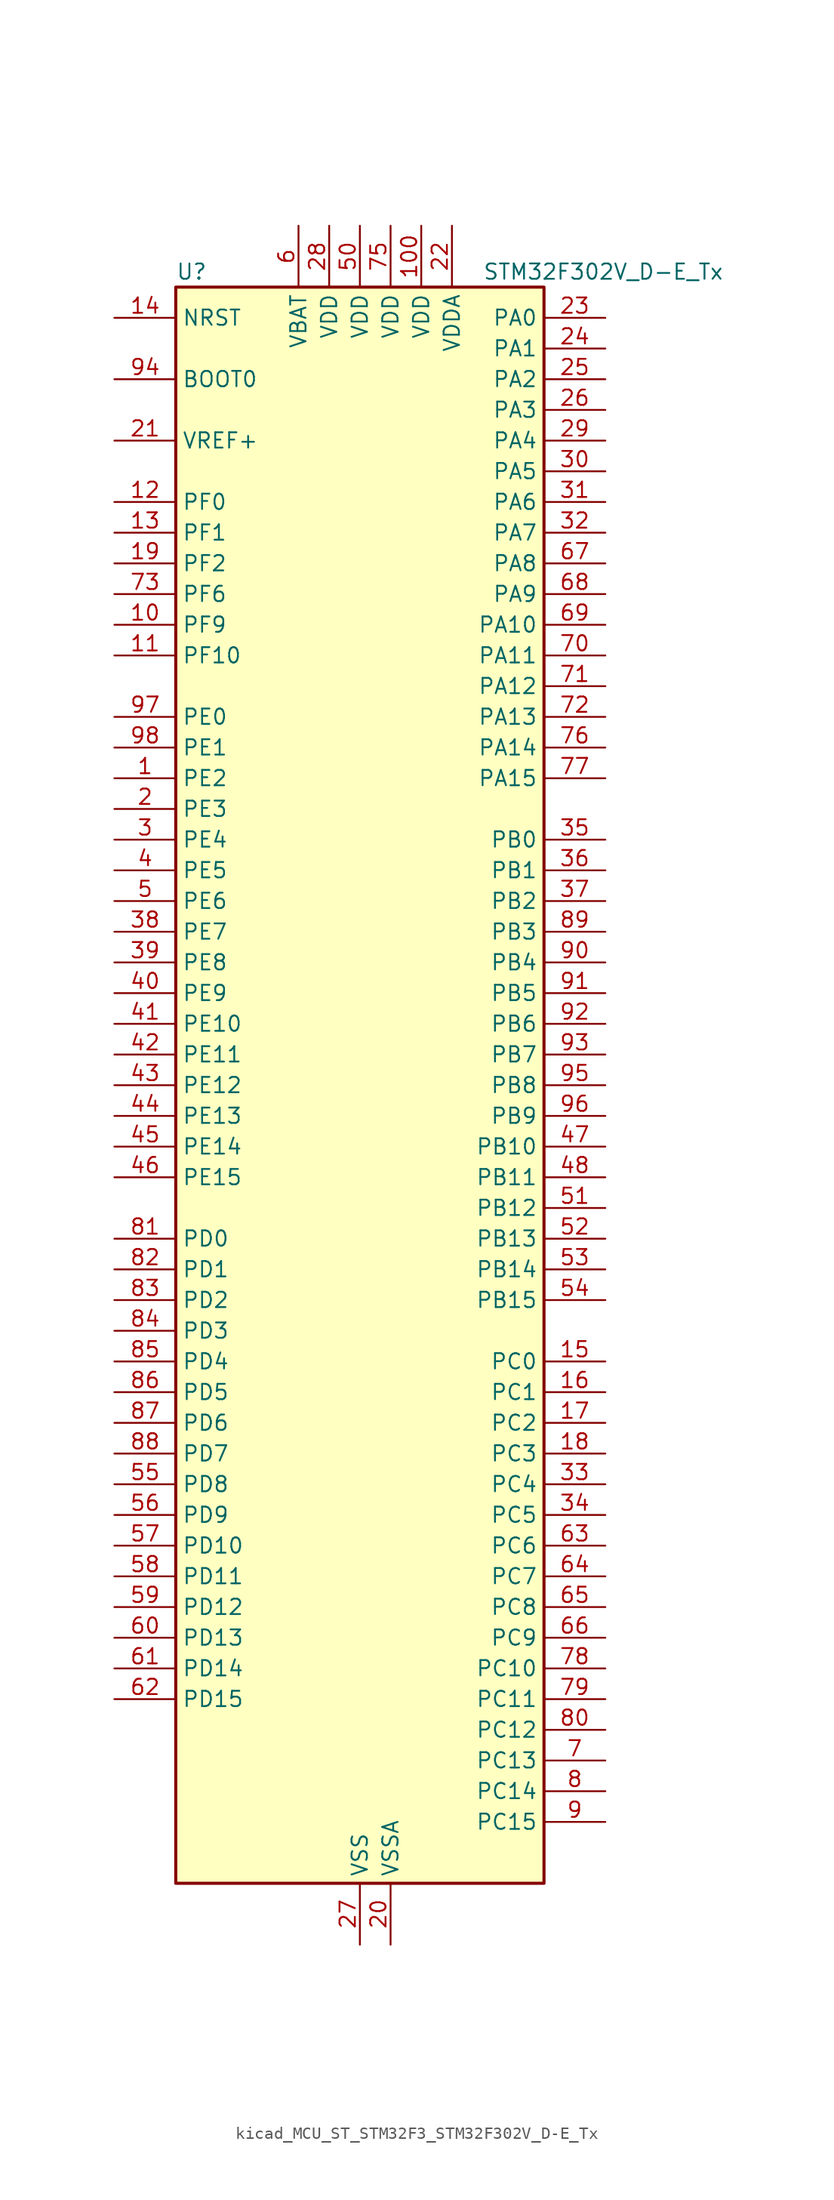
<source format=kicad_sym>
(kicad_symbol_lib
  (version 20220914)
  (generator kicad_symbol_editor)
  (symbol "kicad_MCU_ST_STM32F3_STM32F302V_D-E_Tx"
    (property "Reference" "U"
      (at -15.24 67.31 0)
      (effects (font (size 1.27 1.27)) (justify left)))
    (property "Value" "STM32F302V_D-E_Tx"
      (at 10.16 67.31 0)
      (effects (font (size 1.27 1.27)) (justify left)))
    (property "ki_locked" ""
      (at 0 0 0)
      (effects (font (size 1.27 1.27))))
    (symbol "kicad_MCU_ST_STM32F3_STM32F302V_D-E_Tx_0_1"
      (rectangle (start -15.24 -66.04) (end 15.24 66.04) (stroke (width 0.254) (type default)) (fill (type background))))
    (symbol "kicad_MCU_ST_STM32F3_STM32F302V_D-E_Tx_1_1"
      (pin bidirectional line (at -20.32 25.4 0) (length 5.08) (name "PE2" (effects (font (size 1.27 1.27)))) (number "1" (effects (font (size 1.27 1.27)))) (alternate "FMC_A23" bidirectional line) (alternate "SPI4_SCK" bidirectional line) (alternate "SYS_TRACECK" bidirectional line) (alternate "TIM3_CH1" bidirectional line) (alternate "TSC_G7_IO1" bidirectional line))
      (pin bidirectional line (at -20.32 38.1 0) (length 5.08) (name "PF9" (effects (font (size 1.27 1.27)))) (number "10" (effects (font (size 1.27 1.27)))) (alternate "DAC1_EXTI9" bidirectional line) (alternate "FMC_CD" bidirectional line) (alternate "SPI2_SCK" bidirectional line) (alternate "TIM15_CH1" bidirectional line))
      (pin power_in line (at 5.08 71.12 270) (length 5.08) (name "VDD" (effects (font (size 1.27 1.27)))) (number "100" (effects (font (size 1.27 1.27)))))
      (pin bidirectional line (at -20.32 35.56 0) (length 5.08) (name "PF10" (effects (font (size 1.27 1.27)))) (number "11" (effects (font (size 1.27 1.27)))) (alternate "FMC_INTR" bidirectional line) (alternate "SPI2_SCK" bidirectional line) (alternate "TIM15_CH2" bidirectional line))
      (pin bidirectional line (at -20.32 48.26 0) (length 5.08) (name "PF0" (effects (font (size 1.27 1.27)))) (number "12" (effects (font (size 1.27 1.27)))) (alternate "I2C2_SDA" bidirectional line) (alternate "I2S2_WS" bidirectional line) (alternate "RCC_OSC_IN" bidirectional line) (alternate "SPI2_NSS" bidirectional line) (alternate "TIM1_CH3N" bidirectional line))
      (pin bidirectional line (at -20.32 45.72 0) (length 5.08) (name "PF1" (effects (font (size 1.27 1.27)))) (number "13" (effects (font (size 1.27 1.27)))) (alternate "I2C2_SCL" bidirectional line) (alternate "I2S2_CK" bidirectional line) (alternate "RCC_OSC_OUT" bidirectional line) (alternate "SPI2_SCK" bidirectional line))
      (pin input line (at -20.32 63.5 0) (length 5.08) (name "NRST" (effects (font (size 1.27 1.27)))) (number "14" (effects (font (size 1.27 1.27)))))
      (pin bidirectional line (at 20.32 -22.86 180) (length 5.08) (name "PC0" (effects (font (size 1.27 1.27)))) (number "15" (effects (font (size 1.27 1.27)))) (alternate "ADC1_IN6" bidirectional line) (alternate "ADC2_IN6" bidirectional line) (alternate "TIM1_CH1" bidirectional line))
      (pin bidirectional line (at 20.32 -25.4 180) (length 5.08) (name "PC1" (effects (font (size 1.27 1.27)))) (number "16" (effects (font (size 1.27 1.27)))) (alternate "ADC1_IN7" bidirectional line) (alternate "ADC2_IN7" bidirectional line) (alternate "TIM1_CH2" bidirectional line))
      (pin bidirectional line (at 20.32 -27.94 180) (length 5.08) (name "PC2" (effects (font (size 1.27 1.27)))) (number "17" (effects (font (size 1.27 1.27)))) (alternate "ADC1_IN8" bidirectional line) (alternate "ADC2_IN8" bidirectional line) (alternate "TIM1_CH3" bidirectional line))
      (pin bidirectional line (at 20.32 -30.48 180) (length 5.08) (name "PC3" (effects (font (size 1.27 1.27)))) (number "18" (effects (font (size 1.27 1.27)))) (alternate "ADC1_IN9" bidirectional line) (alternate "ADC2_IN9" bidirectional line) (alternate "TIM1_BKIN2" bidirectional line) (alternate "TIM1_CH4" bidirectional line))
      (pin bidirectional line (at -20.32 43.18 0) (length 5.08) (name "PF2" (effects (font (size 1.27 1.27)))) (number "19" (effects (font (size 1.27 1.27)))) (alternate "ADC1_IN10" bidirectional line) (alternate "ADC2_IN10" bidirectional line) (alternate "FMC_A2" bidirectional line))
      (pin bidirectional line (at -20.32 22.86 0) (length 5.08) (name "PE3" (effects (font (size 1.27 1.27)))) (number "2" (effects (font (size 1.27 1.27)))) (alternate "FMC_A19" bidirectional line) (alternate "SPI4_NSS" bidirectional line) (alternate "SYS_TRACED0" bidirectional line) (alternate "TIM3_CH2" bidirectional line) (alternate "TSC_G7_IO2" bidirectional line))
      (pin power_in line (at 2.54 -71.12 90) (length 5.08) (name "VSSA" (effects (font (size 1.27 1.27)))) (number "20" (effects (font (size 1.27 1.27)))))
      (pin input line (at -20.32 53.34 0) (length 5.08) (name "VREF+" (effects (font (size 1.27 1.27)))) (number "21" (effects (font (size 1.27 1.27)))))
      (pin power_in line (at 7.62 71.12 270) (length 5.08) (name "VDDA" (effects (font (size 1.27 1.27)))) (number "22" (effects (font (size 1.27 1.27)))))
      (pin bidirectional line (at 20.32 63.5 180) (length 5.08) (name "PA0" (effects (font (size 1.27 1.27)))) (number "23" (effects (font (size 1.27 1.27)))) (alternate "ADC1_IN1" bidirectional line) (alternate "COMP1_INM" bidirectional line) (alternate "COMP1_OUT" bidirectional line) (alternate "RTC_TAMP2" bidirectional line) (alternate "SYS_WKUP1" bidirectional line) (alternate "TIM2_CH1" bidirectional line) (alternate "TIM2_ETR" bidirectional line) (alternate "TSC_G1_IO1" bidirectional line) (alternate "USART2_CTS" bidirectional line))
      (pin bidirectional line (at 20.32 60.96 180) (length 5.08) (name "PA1" (effects (font (size 1.27 1.27)))) (number "24" (effects (font (size 1.27 1.27)))) (alternate "ADC1_IN2" bidirectional line) (alternate "COMP1_INP" bidirectional line) (alternate "OPAMP1_VINP" bidirectional line) (alternate "OPAMP1_VINP_SEC" bidirectional line) (alternate "RTC_REFIN" bidirectional line) (alternate "TIM15_CH1N" bidirectional line) (alternate "TIM2_CH2" bidirectional line) (alternate "TSC_G1_IO2" bidirectional line) (alternate "USART2_DE" bidirectional line) (alternate "USART2_RTS" bidirectional line))
      (pin bidirectional line (at 20.32 58.42 180) (length 5.08) (name "PA2" (effects (font (size 1.27 1.27)))) (number "25" (effects (font (size 1.27 1.27)))) (alternate "ADC1_IN3" bidirectional line) (alternate "COMP2_INM" bidirectional line) (alternate "COMP2_OUT" bidirectional line) (alternate "OPAMP1_VOUT" bidirectional line) (alternate "TIM15_CH1" bidirectional line) (alternate "TIM2_CH3" bidirectional line) (alternate "TSC_G1_IO3" bidirectional line) (alternate "USART2_TX" bidirectional line))
      (pin bidirectional line (at 20.32 55.88 180) (length 5.08) (name "PA3" (effects (font (size 1.27 1.27)))) (number "26" (effects (font (size 1.27 1.27)))) (alternate "ADC1_IN4" bidirectional line) (alternate "OPAMP1_VINM" bidirectional line) (alternate "OPAMP1_VINM_SEC" bidirectional line) (alternate "OPAMP1_VINP" bidirectional line) (alternate "OPAMP1_VINP_SEC" bidirectional line) (alternate "TIM15_CH2" bidirectional line) (alternate "TIM2_CH4" bidirectional line) (alternate "TSC_G1_IO4" bidirectional line) (alternate "USART2_RX" bidirectional line))
      (pin power_in line (at 0 -71.12 90) (length 5.08) (name "VSS" (effects (font (size 1.27 1.27)))) (number "27" (effects (font (size 1.27 1.27)))))
      (pin power_in line (at -2.54 71.12 270) (length 5.08) (name "VDD" (effects (font (size 1.27 1.27)))) (number "28" (effects (font (size 1.27 1.27)))))
      (pin bidirectional line (at 20.32 53.34 180) (length 5.08) (name "PA4" (effects (font (size 1.27 1.27)))) (number "29" (effects (font (size 1.27 1.27)))) (alternate "ADC2_IN1" bidirectional line) (alternate "COMP1_INM" bidirectional line) (alternate "COMP2_INM" bidirectional line) (alternate "COMP4_INM" bidirectional line) (alternate "COMP6_INM" bidirectional line) (alternate "DAC1_OUT1" bidirectional line) (alternate "I2S3_WS" bidirectional line) (alternate "SPI1_NSS" bidirectional line) (alternate "SPI3_NSS" bidirectional line) (alternate "TIM3_CH2" bidirectional line) (alternate "TSC_G2_IO1" bidirectional line) (alternate "USART2_CK" bidirectional line))
      (pin bidirectional line (at -20.32 20.32 0) (length 5.08) (name "PE4" (effects (font (size 1.27 1.27)))) (number "3" (effects (font (size 1.27 1.27)))) (alternate "FMC_A20" bidirectional line) (alternate "SPI4_NSS" bidirectional line) (alternate "SYS_TRACED1" bidirectional line) (alternate "TIM3_CH3" bidirectional line) (alternate "TSC_G7_IO3" bidirectional line))
      (pin bidirectional line (at 20.32 50.8 180) (length 5.08) (name "PA5" (effects (font (size 1.27 1.27)))) (number "30" (effects (font (size 1.27 1.27)))) (alternate "ADC2_IN2" bidirectional line) (alternate "COMP1_INM" bidirectional line) (alternate "COMP2_INM" bidirectional line) (alternate "COMP4_INM" bidirectional line) (alternate "COMP6_INM" bidirectional line) (alternate "OPAMP1_VINP" bidirectional line) (alternate "OPAMP1_VINP_SEC" bidirectional line) (alternate "OPAMP2_VINM" bidirectional line) (alternate "OPAMP2_VINM_SEC" bidirectional line) (alternate "SPI1_SCK" bidirectional line) (alternate "TIM2_CH1" bidirectional line) (alternate "TIM2_ETR" bidirectional line) (alternate "TSC_G2_IO2" bidirectional line))
      (pin bidirectional line (at 20.32 48.26 180) (length 5.08) (name "PA6" (effects (font (size 1.27 1.27)))) (number "31" (effects (font (size 1.27 1.27)))) (alternate "ADC2_IN3" bidirectional line) (alternate "COMP1_OUT" bidirectional line) (alternate "OPAMP2_VOUT" bidirectional line) (alternate "SPI1_MISO" bidirectional line) (alternate "TIM16_CH1" bidirectional line) (alternate "TIM1_BKIN" bidirectional line) (alternate "TIM3_CH1" bidirectional line) (alternate "TSC_G2_IO3" bidirectional line))
      (pin bidirectional line (at 20.32 45.72 180) (length 5.08) (name "PA7" (effects (font (size 1.27 1.27)))) (number "32" (effects (font (size 1.27 1.27)))) (alternate "ADC2_IN4" bidirectional line) (alternate "COMP2_INP" bidirectional line) (alternate "OPAMP1_VINP" bidirectional line) (alternate "OPAMP1_VINP_SEC" bidirectional line) (alternate "OPAMP2_VINP" bidirectional line) (alternate "OPAMP2_VINP_SEC" bidirectional line) (alternate "SPI1_MOSI" bidirectional line) (alternate "TIM17_CH1" bidirectional line) (alternate "TIM1_CH1N" bidirectional line) (alternate "TIM3_CH2" bidirectional line) (alternate "TSC_G2_IO4" bidirectional line))
      (pin bidirectional line (at 20.32 -33.02 180) (length 5.08) (name "PC4" (effects (font (size 1.27 1.27)))) (number "33" (effects (font (size 1.27 1.27)))) (alternate "ADC2_IN5" bidirectional line) (alternate "TIM1_ETR" bidirectional line) (alternate "USART1_TX" bidirectional line))
      (pin bidirectional line (at 20.32 -35.56 180) (length 5.08) (name "PC5" (effects (font (size 1.27 1.27)))) (number "34" (effects (font (size 1.27 1.27)))) (alternate "ADC2_IN11" bidirectional line) (alternate "OPAMP1_VINM" bidirectional line) (alternate "OPAMP1_VINM_SEC" bidirectional line) (alternate "OPAMP2_VINM" bidirectional line) (alternate "OPAMP2_VINM_SEC" bidirectional line) (alternate "TIM15_BKIN" bidirectional line) (alternate "TSC_G3_IO1" bidirectional line) (alternate "USART1_RX" bidirectional line))
      (pin bidirectional line (at 20.32 20.32 180) (length 5.08) (name "PB0" (effects (font (size 1.27 1.27)))) (number "35" (effects (font (size 1.27 1.27)))) (alternate "COMP4_INP" bidirectional line) (alternate "OPAMP2_VINP" bidirectional line) (alternate "OPAMP2_VINP_SEC" bidirectional line) (alternate "TIM1_CH2N" bidirectional line) (alternate "TIM3_CH3" bidirectional line) (alternate "TSC_G3_IO2" bidirectional line))
      (pin bidirectional line (at 20.32 17.78 180) (length 5.08) (name "PB1" (effects (font (size 1.27 1.27)))) (number "36" (effects (font (size 1.27 1.27)))) (alternate "COMP4_OUT" bidirectional line) (alternate "TIM1_CH3N" bidirectional line) (alternate "TIM3_CH4" bidirectional line) (alternate "TSC_G3_IO3" bidirectional line))
      (pin bidirectional line (at 20.32 15.24 180) (length 5.08) (name "PB2" (effects (font (size 1.27 1.27)))) (number "37" (effects (font (size 1.27 1.27)))) (alternate "ADC2_IN12" bidirectional line) (alternate "COMP4_INM" bidirectional line) (alternate "TSC_G3_IO4" bidirectional line))
      (pin bidirectional line (at -20.32 12.7 0) (length 5.08) (name "PE7" (effects (font (size 1.27 1.27)))) (number "38" (effects (font (size 1.27 1.27)))) (alternate "FMC_D4" bidirectional line) (alternate "FMC_DA4" bidirectional line) (alternate "TIM1_ETR" bidirectional line))
      (pin bidirectional line (at -20.32 10.16 0) (length 5.08) (name "PE8" (effects (font (size 1.27 1.27)))) (number "39" (effects (font (size 1.27 1.27)))) (alternate "COMP4_INM" bidirectional line) (alternate "FMC_D5" bidirectional line) (alternate "FMC_DA5" bidirectional line) (alternate "TIM1_CH1N" bidirectional line))
      (pin bidirectional line (at -20.32 17.78 0) (length 5.08) (name "PE5" (effects (font (size 1.27 1.27)))) (number "4" (effects (font (size 1.27 1.27)))) (alternate "FMC_A21" bidirectional line) (alternate "SPI4_MISO" bidirectional line) (alternate "SYS_TRACED2" bidirectional line) (alternate "TIM3_CH4" bidirectional line) (alternate "TSC_G7_IO4" bidirectional line))
      (pin bidirectional line (at -20.32 7.62 0) (length 5.08) (name "PE9" (effects (font (size 1.27 1.27)))) (number "40" (effects (font (size 1.27 1.27)))) (alternate "DAC1_EXTI9" bidirectional line) (alternate "FMC_D6" bidirectional line) (alternate "FMC_DA6" bidirectional line) (alternate "TIM1_CH1" bidirectional line))
      (pin bidirectional line (at -20.32 5.08 0) (length 5.08) (name "PE10" (effects (font (size 1.27 1.27)))) (number "41" (effects (font (size 1.27 1.27)))) (alternate "FMC_D7" bidirectional line) (alternate "FMC_DA7" bidirectional line) (alternate "TIM1_CH2N" bidirectional line))
      (pin bidirectional line (at -20.32 2.54 0) (length 5.08) (name "PE11" (effects (font (size 1.27 1.27)))) (number "42" (effects (font (size 1.27 1.27)))) (alternate "ADC1_EXTI11" bidirectional line) (alternate "ADC2_EXTI11" bidirectional line) (alternate "FMC_D8" bidirectional line) (alternate "FMC_DA8" bidirectional line) (alternate "SPI4_NSS" bidirectional line) (alternate "TIM1_CH2" bidirectional line))
      (pin bidirectional line (at -20.32 0 0) (length 5.08) (name "PE12" (effects (font (size 1.27 1.27)))) (number "43" (effects (font (size 1.27 1.27)))) (alternate "FMC_D9" bidirectional line) (alternate "FMC_DA9" bidirectional line) (alternate "SPI4_SCK" bidirectional line) (alternate "TIM1_CH3N" bidirectional line))
      (pin bidirectional line (at -20.32 -2.54 0) (length 5.08) (name "PE13" (effects (font (size 1.27 1.27)))) (number "44" (effects (font (size 1.27 1.27)))) (alternate "FMC_D10" bidirectional line) (alternate "FMC_DA10" bidirectional line) (alternate "SPI4_MISO" bidirectional line) (alternate "TIM1_CH3" bidirectional line))
      (pin bidirectional line (at -20.32 -5.08 0) (length 5.08) (name "PE14" (effects (font (size 1.27 1.27)))) (number "45" (effects (font (size 1.27 1.27)))) (alternate "FMC_D11" bidirectional line) (alternate "FMC_DA11" bidirectional line) (alternate "SPI4_MOSI" bidirectional line) (alternate "TIM1_BKIN2" bidirectional line) (alternate "TIM1_CH4" bidirectional line))
      (pin bidirectional line (at -20.32 -7.62 0) (length 5.08) (name "PE15" (effects (font (size 1.27 1.27)))) (number "46" (effects (font (size 1.27 1.27)))) (alternate "ADC1_EXTI15" bidirectional line) (alternate "ADC2_EXTI15" bidirectional line) (alternate "FMC_D12" bidirectional line) (alternate "FMC_DA12" bidirectional line) (alternate "TIM1_BKIN" bidirectional line) (alternate "USART3_RX" bidirectional line))
      (pin bidirectional line (at 20.32 -5.08 180) (length 5.08) (name "PB10" (effects (font (size 1.27 1.27)))) (number "47" (effects (font (size 1.27 1.27)))) (alternate "TIM2_CH3" bidirectional line) (alternate "TSC_SYNC" bidirectional line) (alternate "USART3_TX" bidirectional line))
      (pin bidirectional line (at 20.32 -7.62 180) (length 5.08) (name "PB11" (effects (font (size 1.27 1.27)))) (number "48" (effects (font (size 1.27 1.27)))) (alternate "ADC1_EXTI11" bidirectional line) (alternate "ADC1_IN14" bidirectional line) (alternate "ADC2_EXTI11" bidirectional line) (alternate "ADC2_IN14" bidirectional line) (alternate "COMP6_INP" bidirectional line) (alternate "TIM2_CH4" bidirectional line) (alternate "TSC_G6_IO1" bidirectional line) (alternate "USART3_RX" bidirectional line))
      (pin passive line (at 0 -71.12 90) (length 5.08) hide (name "VSS" (effects (font (size 1.27 1.27)))) (number "49" (effects (font (size 1.27 1.27)))))
      (pin bidirectional line (at -20.32 15.24 0) (length 5.08) (name "PE6" (effects (font (size 1.27 1.27)))) (number "5" (effects (font (size 1.27 1.27)))) (alternate "FMC_A22" bidirectional line) (alternate "RTC_TAMP3" bidirectional line) (alternate "SPI4_MOSI" bidirectional line) (alternate "SYS_TRACED3" bidirectional line) (alternate "SYS_WKUP3" bidirectional line))
      (pin power_in line (at 0 71.12 270) (length 5.08) (name "VDD" (effects (font (size 1.27 1.27)))) (number "50" (effects (font (size 1.27 1.27)))))
      (pin bidirectional line (at 20.32 -10.16 180) (length 5.08) (name "PB12" (effects (font (size 1.27 1.27)))) (number "51" (effects (font (size 1.27 1.27)))) (alternate "I2C2_SMBA" bidirectional line) (alternate "I2S2_WS" bidirectional line) (alternate "SPI2_NSS" bidirectional line) (alternate "TIM1_BKIN" bidirectional line) (alternate "TSC_G6_IO2" bidirectional line) (alternate "USART3_CK" bidirectional line))
      (pin bidirectional line (at 20.32 -12.7 180) (length 5.08) (name "PB13" (effects (font (size 1.27 1.27)))) (number "52" (effects (font (size 1.27 1.27)))) (alternate "I2S2_CK" bidirectional line) (alternate "SPI2_SCK" bidirectional line) (alternate "TIM1_CH1N" bidirectional line) (alternate "TSC_G6_IO3" bidirectional line) (alternate "USART3_CTS" bidirectional line))
      (pin bidirectional line (at 20.32 -15.24 180) (length 5.08) (name "PB14" (effects (font (size 1.27 1.27)))) (number "53" (effects (font (size 1.27 1.27)))) (alternate "I2S2_ext_SD" bidirectional line) (alternate "OPAMP2_VINP" bidirectional line) (alternate "OPAMP2_VINP_SEC" bidirectional line) (alternate "SPI2_MISO" bidirectional line) (alternate "TIM15_CH1" bidirectional line) (alternate "TIM1_CH2N" bidirectional line) (alternate "TSC_G6_IO4" bidirectional line) (alternate "USART3_DE" bidirectional line) (alternate "USART3_RTS" bidirectional line))
      (pin bidirectional line (at 20.32 -17.78 180) (length 5.08) (name "PB15" (effects (font (size 1.27 1.27)))) (number "54" (effects (font (size 1.27 1.27)))) (alternate "ADC1_EXTI15" bidirectional line) (alternate "ADC2_EXTI15" bidirectional line) (alternate "COMP6_INM" bidirectional line) (alternate "I2S2_SD" bidirectional line) (alternate "RTC_REFIN" bidirectional line) (alternate "SPI2_MOSI" bidirectional line) (alternate "TIM15_CH1N" bidirectional line) (alternate "TIM15_CH2" bidirectional line) (alternate "TIM1_CH3N" bidirectional line))
      (pin bidirectional line (at -20.32 -33.02 0) (length 5.08) (name "PD8" (effects (font (size 1.27 1.27)))) (number "55" (effects (font (size 1.27 1.27)))) (alternate "FMC_D13" bidirectional line) (alternate "FMC_DA13" bidirectional line) (alternate "USART3_TX" bidirectional line))
      (pin bidirectional line (at -20.32 -35.56 0) (length 5.08) (name "PD9" (effects (font (size 1.27 1.27)))) (number "56" (effects (font (size 1.27 1.27)))) (alternate "DAC1_EXTI9" bidirectional line) (alternate "FMC_D14" bidirectional line) (alternate "FMC_DA14" bidirectional line) (alternate "USART3_RX" bidirectional line))
      (pin bidirectional line (at -20.32 -38.1 0) (length 5.08) (name "PD10" (effects (font (size 1.27 1.27)))) (number "57" (effects (font (size 1.27 1.27)))) (alternate "COMP6_INM" bidirectional line) (alternate "FMC_D15" bidirectional line) (alternate "FMC_DA15" bidirectional line) (alternate "USART3_CK" bidirectional line))
      (pin bidirectional line (at -20.32 -40.64 0) (length 5.08) (name "PD11" (effects (font (size 1.27 1.27)))) (number "58" (effects (font (size 1.27 1.27)))) (alternate "ADC1_EXTI11" bidirectional line) (alternate "ADC2_EXTI11" bidirectional line) (alternate "FMC_A16" bidirectional line) (alternate "FMC_CLE" bidirectional line) (alternate "USART3_CTS" bidirectional line))
      (pin bidirectional line (at -20.32 -43.18 0) (length 5.08) (name "PD12" (effects (font (size 1.27 1.27)))) (number "59" (effects (font (size 1.27 1.27)))) (alternate "FMC_A17" bidirectional line) (alternate "FMC_ALE" bidirectional line) (alternate "TIM4_CH1" bidirectional line) (alternate "TSC_G8_IO1" bidirectional line) (alternate "USART3_DE" bidirectional line) (alternate "USART3_RTS" bidirectional line))
      (pin power_in line (at -5.08 71.12 270) (length 5.08) (name "VBAT" (effects (font (size 1.27 1.27)))) (number "6" (effects (font (size 1.27 1.27)))))
      (pin bidirectional line (at -20.32 -45.72 0) (length 5.08) (name "PD13" (effects (font (size 1.27 1.27)))) (number "60" (effects (font (size 1.27 1.27)))) (alternate "FMC_A18" bidirectional line) (alternate "TIM4_CH2" bidirectional line) (alternate "TSC_G8_IO2" bidirectional line))
      (pin bidirectional line (at -20.32 -48.26 0) (length 5.08) (name "PD14" (effects (font (size 1.27 1.27)))) (number "61" (effects (font (size 1.27 1.27)))) (alternate "FMC_D0" bidirectional line) (alternate "FMC_DA0" bidirectional line) (alternate "OPAMP2_VINP" bidirectional line) (alternate "OPAMP2_VINP_SEC" bidirectional line) (alternate "TIM4_CH3" bidirectional line) (alternate "TSC_G8_IO3" bidirectional line))
      (pin bidirectional line (at -20.32 -50.8 0) (length 5.08) (name "PD15" (effects (font (size 1.27 1.27)))) (number "62" (effects (font (size 1.27 1.27)))) (alternate "ADC1_EXTI15" bidirectional line) (alternate "ADC2_EXTI15" bidirectional line) (alternate "FMC_D1" bidirectional line) (alternate "FMC_DA1" bidirectional line) (alternate "SPI2_NSS" bidirectional line) (alternate "TIM4_CH4" bidirectional line) (alternate "TSC_G8_IO4" bidirectional line))
      (pin bidirectional line (at 20.32 -38.1 180) (length 5.08) (name "PC6" (effects (font (size 1.27 1.27)))) (number "63" (effects (font (size 1.27 1.27)))) (alternate "COMP6_OUT" bidirectional line) (alternate "I2S2_MCK" bidirectional line) (alternate "TIM3_CH1" bidirectional line))
      (pin bidirectional line (at 20.32 -40.64 180) (length 5.08) (name "PC7" (effects (font (size 1.27 1.27)))) (number "64" (effects (font (size 1.27 1.27)))) (alternate "I2S3_MCK" bidirectional line) (alternate "TIM3_CH2" bidirectional line))
      (pin bidirectional line (at 20.32 -43.18 180) (length 5.08) (name "PC8" (effects (font (size 1.27 1.27)))) (number "65" (effects (font (size 1.27 1.27)))) (alternate "TIM3_CH3" bidirectional line))
      (pin bidirectional line (at 20.32 -45.72 180) (length 5.08) (name "PC9" (effects (font (size 1.27 1.27)))) (number "66" (effects (font (size 1.27 1.27)))) (alternate "DAC1_EXTI9" bidirectional line) (alternate "I2C3_SDA" bidirectional line) (alternate "I2S_CKIN" bidirectional line) (alternate "TIM3_CH4" bidirectional line))
      (pin bidirectional line (at 20.32 43.18 180) (length 5.08) (name "PA8" (effects (font (size 1.27 1.27)))) (number "67" (effects (font (size 1.27 1.27)))) (alternate "I2C2_SMBA" bidirectional line) (alternate "I2C3_SCL" bidirectional line) (alternate "I2S2_MCK" bidirectional line) (alternate "RCC_MCO" bidirectional line) (alternate "TIM1_CH1" bidirectional line) (alternate "TIM4_ETR" bidirectional line) (alternate "USART1_CK" bidirectional line))
      (pin bidirectional line (at 20.32 40.64 180) (length 5.08) (name "PA9" (effects (font (size 1.27 1.27)))) (number "68" (effects (font (size 1.27 1.27)))) (alternate "DAC1_EXTI9" bidirectional line) (alternate "I2C2_SCL" bidirectional line) (alternate "I2C3_SMBA" bidirectional line) (alternate "I2S3_MCK" bidirectional line) (alternate "TIM15_BKIN" bidirectional line) (alternate "TIM1_CH2" bidirectional line) (alternate "TIM2_CH3" bidirectional line) (alternate "TSC_G4_IO1" bidirectional line) (alternate "USART1_TX" bidirectional line))
      (pin bidirectional line (at 20.32 38.1 180) (length 5.08) (name "PA10" (effects (font (size 1.27 1.27)))) (number "69" (effects (font (size 1.27 1.27)))) (alternate "COMP6_OUT" bidirectional line) (alternate "I2C2_SDA" bidirectional line) (alternate "I2S2_ext_SD" bidirectional line) (alternate "SPI2_MISO" bidirectional line) (alternate "TIM17_BKIN" bidirectional line) (alternate "TIM1_CH3" bidirectional line) (alternate "TIM2_CH4" bidirectional line) (alternate "TSC_G4_IO2" bidirectional line) (alternate "USART1_RX" bidirectional line))
      (pin bidirectional line (at 20.32 -55.88 180) (length 5.08) (name "PC13" (effects (font (size 1.27 1.27)))) (number "7" (effects (font (size 1.27 1.27)))) (alternate "RTC_OUT_ALARM" bidirectional line) (alternate "RTC_OUT_CALIB" bidirectional line) (alternate "RTC_TAMP1" bidirectional line) (alternate "RTC_TS" bidirectional line) (alternate "SYS_WKUP2" bidirectional line) (alternate "TIM1_CH1N" bidirectional line))
      (pin bidirectional line (at 20.32 35.56 180) (length 5.08) (name "PA11" (effects (font (size 1.27 1.27)))) (number "70" (effects (font (size 1.27 1.27)))) (alternate "ADC1_EXTI11" bidirectional line) (alternate "ADC2_EXTI11" bidirectional line) (alternate "CAN_RX" bidirectional line) (alternate "COMP1_OUT" bidirectional line) (alternate "I2S2_SD" bidirectional line) (alternate "SPI2_MOSI" bidirectional line) (alternate "TIM1_BKIN2" bidirectional line) (alternate "TIM1_CH1N" bidirectional line) (alternate "TIM1_CH4" bidirectional line) (alternate "TIM4_CH1" bidirectional line) (alternate "USART1_CTS" bidirectional line) (alternate "USB_DM" bidirectional line))
      (pin bidirectional line (at 20.32 33.02 180) (length 5.08) (name "PA12" (effects (font (size 1.27 1.27)))) (number "71" (effects (font (size 1.27 1.27)))) (alternate "CAN_TX" bidirectional line) (alternate "COMP2_OUT" bidirectional line) (alternate "I2S_CKIN" bidirectional line) (alternate "TIM16_CH1" bidirectional line) (alternate "TIM1_CH2N" bidirectional line) (alternate "TIM1_ETR" bidirectional line) (alternate "TIM4_CH2" bidirectional line) (alternate "USART1_DE" bidirectional line) (alternate "USART1_RTS" bidirectional line) (alternate "USB_DP" bidirectional line))
      (pin bidirectional line (at 20.32 30.48 180) (length 5.08) (name "PA13" (effects (font (size 1.27 1.27)))) (number "72" (effects (font (size 1.27 1.27)))) (alternate "IR_OUT" bidirectional line) (alternate "SYS_JTMS-SWDIO" bidirectional line) (alternate "TIM16_CH1N" bidirectional line) (alternate "TIM4_CH3" bidirectional line) (alternate "TSC_G4_IO3" bidirectional line) (alternate "USART3_CTS" bidirectional line))
      (pin bidirectional line (at -20.32 40.64 0) (length 5.08) (name "PF6" (effects (font (size 1.27 1.27)))) (number "73" (effects (font (size 1.27 1.27)))) (alternate "FMC_NIORD" bidirectional line) (alternate "I2C2_SCL" bidirectional line) (alternate "TIM4_CH4" bidirectional line) (alternate "USART3_DE" bidirectional line) (alternate "USART3_RTS" bidirectional line))
      (pin passive line (at 0 -71.12 90) (length 5.08) hide (name "VSS" (effects (font (size 1.27 1.27)))) (number "74" (effects (font (size 1.27 1.27)))))
      (pin power_in line (at 2.54 71.12 270) (length 5.08) (name "VDD" (effects (font (size 1.27 1.27)))) (number "75" (effects (font (size 1.27 1.27)))))
      (pin bidirectional line (at 20.32 27.94 180) (length 5.08) (name "PA14" (effects (font (size 1.27 1.27)))) (number "76" (effects (font (size 1.27 1.27)))) (alternate "I2C1_SDA" bidirectional line) (alternate "SYS_JTCK-SWCLK" bidirectional line) (alternate "TIM1_BKIN" bidirectional line) (alternate "TSC_G4_IO4" bidirectional line) (alternate "USART2_TX" bidirectional line))
      (pin bidirectional line (at 20.32 25.4 180) (length 5.08) (name "PA15" (effects (font (size 1.27 1.27)))) (number "77" (effects (font (size 1.27 1.27)))) (alternate "ADC1_EXTI15" bidirectional line) (alternate "ADC2_EXTI15" bidirectional line) (alternate "I2C1_SCL" bidirectional line) (alternate "I2S3_WS" bidirectional line) (alternate "SPI1_NSS" bidirectional line) (alternate "SPI3_NSS" bidirectional line) (alternate "SYS_JTDI" bidirectional line) (alternate "TIM1_BKIN" bidirectional line) (alternate "TIM2_CH1" bidirectional line) (alternate "TIM2_ETR" bidirectional line) (alternate "TSC_SYNC" bidirectional line) (alternate "USART2_RX" bidirectional line))
      (pin bidirectional line (at 20.32 -48.26 180) (length 5.08) (name "PC10" (effects (font (size 1.27 1.27)))) (number "78" (effects (font (size 1.27 1.27)))) (alternate "I2S3_CK" bidirectional line) (alternate "SPI3_SCK" bidirectional line) (alternate "UART4_TX" bidirectional line) (alternate "USART3_TX" bidirectional line))
      (pin bidirectional line (at 20.32 -50.8 180) (length 5.08) (name "PC11" (effects (font (size 1.27 1.27)))) (number "79" (effects (font (size 1.27 1.27)))) (alternate "ADC1_EXTI11" bidirectional line) (alternate "ADC2_EXTI11" bidirectional line) (alternate "I2S3_ext_SD" bidirectional line) (alternate "SPI3_MISO" bidirectional line) (alternate "UART4_RX" bidirectional line) (alternate "USART3_RX" bidirectional line))
      (pin bidirectional line (at 20.32 -58.42 180) (length 5.08) (name "PC14" (effects (font (size 1.27 1.27)))) (number "8" (effects (font (size 1.27 1.27)))) (alternate "RCC_OSC32_IN" bidirectional line))
      (pin bidirectional line (at 20.32 -53.34 180) (length 5.08) (name "PC12" (effects (font (size 1.27 1.27)))) (number "80" (effects (font (size 1.27 1.27)))) (alternate "I2S3_SD" bidirectional line) (alternate "SPI3_MOSI" bidirectional line) (alternate "UART5_TX" bidirectional line) (alternate "USART3_CK" bidirectional line))
      (pin bidirectional line (at -20.32 -12.7 0) (length 5.08) (name "PD0" (effects (font (size 1.27 1.27)))) (number "81" (effects (font (size 1.27 1.27)))) (alternate "CAN_RX" bidirectional line) (alternate "FMC_D2" bidirectional line) (alternate "FMC_DA2" bidirectional line))
      (pin bidirectional line (at -20.32 -15.24 0) (length 5.08) (name "PD1" (effects (font (size 1.27 1.27)))) (number "82" (effects (font (size 1.27 1.27)))) (alternate "CAN_TX" bidirectional line) (alternate "FMC_D3" bidirectional line) (alternate "FMC_DA3" bidirectional line))
      (pin bidirectional line (at -20.32 -17.78 0) (length 5.08) (name "PD2" (effects (font (size 1.27 1.27)))) (number "83" (effects (font (size 1.27 1.27)))) (alternate "TIM3_ETR" bidirectional line) (alternate "UART5_RX" bidirectional line))
      (pin bidirectional line (at -20.32 -20.32 0) (length 5.08) (name "PD3" (effects (font (size 1.27 1.27)))) (number "84" (effects (font (size 1.27 1.27)))) (alternate "FMC_CLK" bidirectional line) (alternate "TIM2_CH1" bidirectional line) (alternate "TIM2_ETR" bidirectional line) (alternate "USART2_CTS" bidirectional line))
      (pin bidirectional line (at -20.32 -22.86 0) (length 5.08) (name "PD4" (effects (font (size 1.27 1.27)))) (number "85" (effects (font (size 1.27 1.27)))) (alternate "FMC_NOE" bidirectional line) (alternate "TIM2_CH2" bidirectional line) (alternate "USART2_DE" bidirectional line) (alternate "USART2_RTS" bidirectional line))
      (pin bidirectional line (at -20.32 -25.4 0) (length 5.08) (name "PD5" (effects (font (size 1.27 1.27)))) (number "86" (effects (font (size 1.27 1.27)))) (alternate "FMC_NWE" bidirectional line) (alternate "USART2_TX" bidirectional line))
      (pin bidirectional line (at -20.32 -27.94 0) (length 5.08) (name "PD6" (effects (font (size 1.27 1.27)))) (number "87" (effects (font (size 1.27 1.27)))) (alternate "FMC_NWAIT" bidirectional line) (alternate "TIM2_CH4" bidirectional line) (alternate "USART2_RX" bidirectional line))
      (pin bidirectional line (at -20.32 -30.48 0) (length 5.08) (name "PD7" (effects (font (size 1.27 1.27)))) (number "88" (effects (font (size 1.27 1.27)))) (alternate "FMC_NCE2" bidirectional line) (alternate "FMC_NE1" bidirectional line) (alternate "TIM2_CH3" bidirectional line) (alternate "USART2_CK" bidirectional line))
      (pin bidirectional line (at 20.32 12.7 180) (length 5.08) (name "PB3" (effects (font (size 1.27 1.27)))) (number "89" (effects (font (size 1.27 1.27)))) (alternate "I2S3_CK" bidirectional line) (alternate "SPI1_SCK" bidirectional line) (alternate "SPI3_SCK" bidirectional line) (alternate "SYS_JTDO-TRACESWO" bidirectional line) (alternate "TIM2_CH2" bidirectional line) (alternate "TIM3_ETR" bidirectional line) (alternate "TIM4_ETR" bidirectional line) (alternate "TSC_G5_IO1" bidirectional line) (alternate "USART2_TX" bidirectional line))
      (pin bidirectional line (at 20.32 -60.96 180) (length 5.08) (name "PC15" (effects (font (size 1.27 1.27)))) (number "9" (effects (font (size 1.27 1.27)))) (alternate "ADC1_EXTI15" bidirectional line) (alternate "ADC2_EXTI15" bidirectional line) (alternate "RCC_OSC32_OUT" bidirectional line))
      (pin bidirectional line (at 20.32 10.16 180) (length 5.08) (name "PB4" (effects (font (size 1.27 1.27)))) (number "90" (effects (font (size 1.27 1.27)))) (alternate "I2S3_ext_SD" bidirectional line) (alternate "SPI1_MISO" bidirectional line) (alternate "SPI3_MISO" bidirectional line) (alternate "SYS_NJTRST" bidirectional line) (alternate "TIM16_CH1" bidirectional line) (alternate "TIM17_BKIN" bidirectional line) (alternate "TIM3_CH1" bidirectional line) (alternate "TSC_G5_IO2" bidirectional line) (alternate "USART2_RX" bidirectional line))
      (pin bidirectional line (at 20.32 7.62 180) (length 5.08) (name "PB5" (effects (font (size 1.27 1.27)))) (number "91" (effects (font (size 1.27 1.27)))) (alternate "I2C1_SMBA" bidirectional line) (alternate "I2C3_SDA" bidirectional line) (alternate "I2S3_SD" bidirectional line) (alternate "SPI1_MOSI" bidirectional line) (alternate "SPI3_MOSI" bidirectional line) (alternate "TIM16_BKIN" bidirectional line) (alternate "TIM17_CH1" bidirectional line) (alternate "TIM3_CH2" bidirectional line) (alternate "USART2_CK" bidirectional line))
      (pin bidirectional line (at 20.32 5.08 180) (length 5.08) (name "PB6" (effects (font (size 1.27 1.27)))) (number "92" (effects (font (size 1.27 1.27)))) (alternate "I2C1_SCL" bidirectional line) (alternate "TIM16_CH1N" bidirectional line) (alternate "TIM4_CH1" bidirectional line) (alternate "TSC_G5_IO3" bidirectional line) (alternate "USART1_TX" bidirectional line))
      (pin bidirectional line (at 20.32 2.54 180) (length 5.08) (name "PB7" (effects (font (size 1.27 1.27)))) (number "93" (effects (font (size 1.27 1.27)))) (alternate "FMC_NL" bidirectional line) (alternate "I2C1_SDA" bidirectional line) (alternate "TIM17_CH1N" bidirectional line) (alternate "TIM3_CH4" bidirectional line) (alternate "TIM4_CH2" bidirectional line) (alternate "TSC_G5_IO4" bidirectional line) (alternate "USART1_RX" bidirectional line))
      (pin input line (at -20.32 58.42 0) (length 5.08) (name "BOOT0" (effects (font (size 1.27 1.27)))) (number "94" (effects (font (size 1.27 1.27)))))
      (pin bidirectional line (at 20.32 0 180) (length 5.08) (name "PB8" (effects (font (size 1.27 1.27)))) (number "95" (effects (font (size 1.27 1.27)))) (alternate "CAN_RX" bidirectional line) (alternate "COMP1_OUT" bidirectional line) (alternate "I2C1_SCL" bidirectional line) (alternate "TIM16_CH1" bidirectional line) (alternate "TIM1_BKIN" bidirectional line) (alternate "TIM4_CH3" bidirectional line) (alternate "TSC_SYNC" bidirectional line) (alternate "USART3_RX" bidirectional line))
      (pin bidirectional line (at 20.32 -2.54 180) (length 5.08) (name "PB9" (effects (font (size 1.27 1.27)))) (number "96" (effects (font (size 1.27 1.27)))) (alternate "CAN_TX" bidirectional line) (alternate "COMP2_OUT" bidirectional line) (alternate "DAC1_EXTI9" bidirectional line) (alternate "I2C1_SDA" bidirectional line) (alternate "IR_OUT" bidirectional line) (alternate "TIM17_CH1" bidirectional line) (alternate "TIM4_CH4" bidirectional line) (alternate "USART3_TX" bidirectional line))
      (pin bidirectional line (at -20.32 30.48 0) (length 5.08) (name "PE0" (effects (font (size 1.27 1.27)))) (number "97" (effects (font (size 1.27 1.27)))) (alternate "FMC_NBL0" bidirectional line) (alternate "TIM16_CH1" bidirectional line) (alternate "TIM4_ETR" bidirectional line) (alternate "USART1_TX" bidirectional line))
      (pin bidirectional line (at -20.32 27.94 0) (length 5.08) (name "PE1" (effects (font (size 1.27 1.27)))) (number "98" (effects (font (size 1.27 1.27)))) (alternate "FMC_NBL1" bidirectional line) (alternate "TIM17_CH1" bidirectional line) (alternate "USART1_RX" bidirectional line))
      (pin passive line (at 0 -71.12 90) (length 5.08) hide (name "VSS" (effects (font (size 1.27 1.27)))) (number "99" (effects (font (size 1.27 1.27))))))))
</source>
